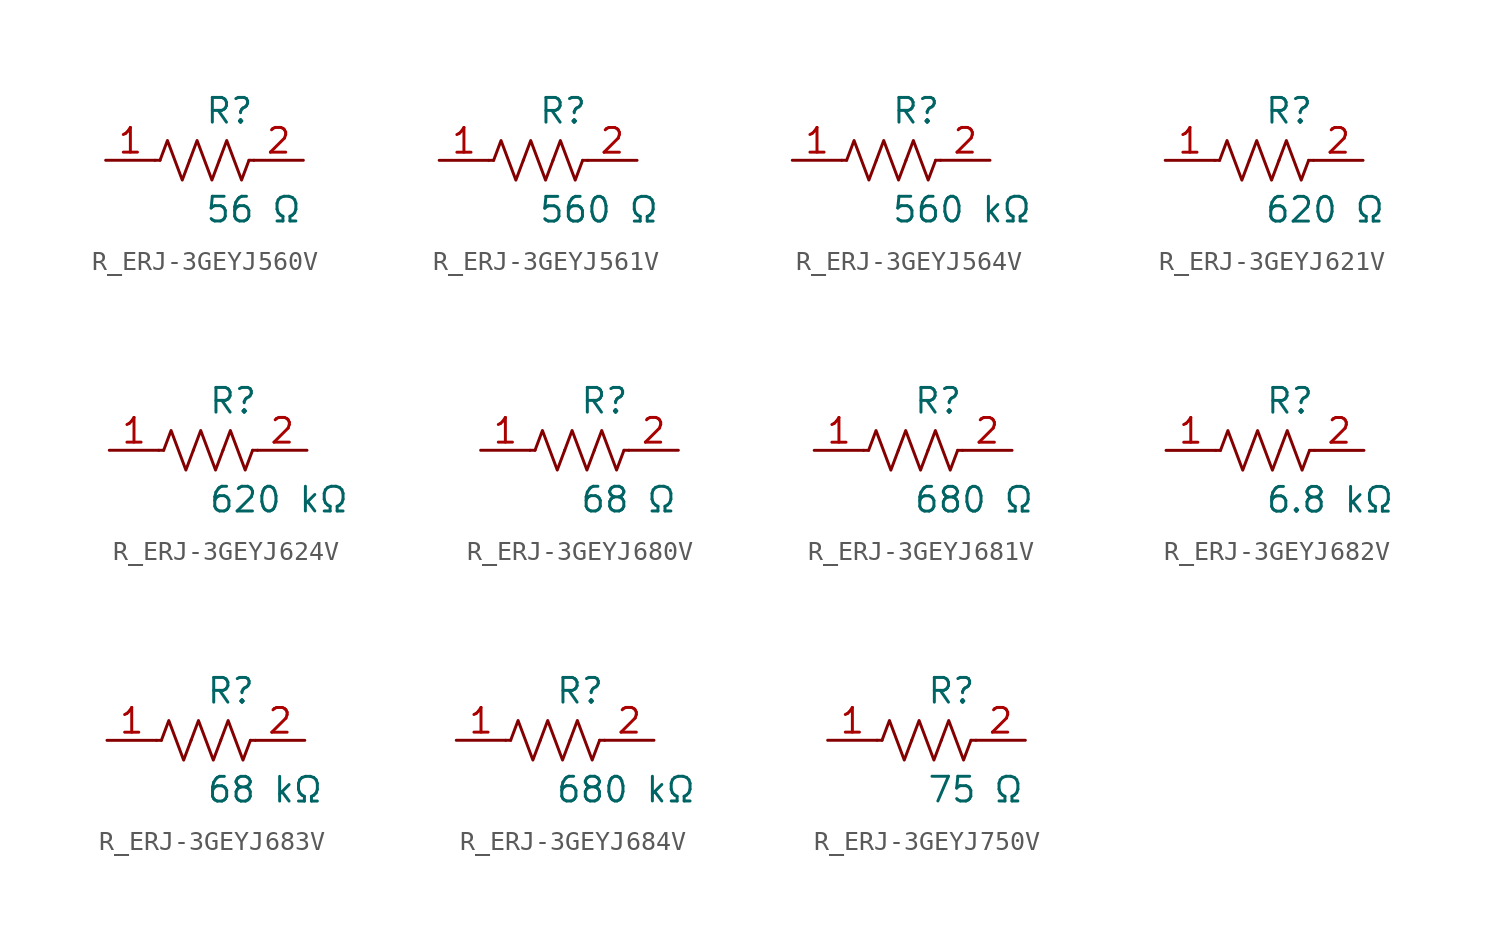
<source format=kicad_sym>
(kicad_symbol_lib
  (version 20231120)
  (generator kicad_symbol_editor)
  (generator_version 8.0)
  (symbol "R_ERJ-3GEYJ560V"
    (pin_names
      (offset 0.254))
    (property "Reference" "R"
      (at 0.0 2.54 0)
      (effects (font (size 1.27 1.27)) (justify left)))
    (property "Value" "56 Ω"
      (at 0.0 -2.54 0)
      (effects (font (size 1.27 1.27)) (justify left)))
    (symbol "R_ERJ-3GEYJ560V_0_1"
      (polyline (pts (xy 2.286 0) (xy 2.54 0)) (stroke (width 0) (type default)) (fill (type none)))
      (polyline (pts (xy -2.286 0) (xy -2.54 0)) (stroke (width 0) (type default)) (fill (type none)))
      (polyline (pts (xy 0.762 0) (xy 1.143 1.016) (xy 1.524 0) (xy 1.905 -1.016) (xy 2.286 0)) (stroke (width 0) (type default)) (fill (type none)))
      (polyline (pts (xy -0.762 0) (xy -0.381 1.016) (xy 0 0) (xy 0.381 -1.016) (xy 0.762 0)) (stroke (width 0) (type default)) (fill (type none)))
      (polyline (pts (xy -2.286 0) (xy -1.905 1.016) (xy -1.524 0) (xy -1.143 -1.016) (xy -0.762 0)) (stroke (width 0) (type default)) (fill (type none))))
    (pin unspecified line
      (at -5.08 0 0)
      (length 2.54)
      (name "" (effects (font (size 1.27 1.27))))
      (number "1" (effects (font (size 1.27 1.27)))))
    (pin unspecified line
      (at 5.08 0 180)
      (length 2.54)
      (name "" (effects (font (size 1.27 1.27))))
      (number "2" (effects (font (size 1.27 1.27))))))
  (symbol "R_ERJ-3GEYJ561V"
    (pin_names
      (offset 0.254))
    (property "Reference" "R"
      (at 0.0 2.54 0)
      (effects (font (size 1.27 1.27)) (justify left)))
    (property "Value" "560 Ω"
      (at 0.0 -2.54 0)
      (effects (font (size 1.27 1.27)) (justify left)))
    (symbol "R_ERJ-3GEYJ561V_0_1"
      (polyline (pts (xy 2.286 0) (xy 2.54 0)) (stroke (width 0) (type default)) (fill (type none)))
      (polyline (pts (xy -2.286 0) (xy -2.54 0)) (stroke (width 0) (type default)) (fill (type none)))
      (polyline (pts (xy 0.762 0) (xy 1.143 1.016) (xy 1.524 0) (xy 1.905 -1.016) (xy 2.286 0)) (stroke (width 0) (type default)) (fill (type none)))
      (polyline (pts (xy -0.762 0) (xy -0.381 1.016) (xy 0 0) (xy 0.381 -1.016) (xy 0.762 0)) (stroke (width 0) (type default)) (fill (type none)))
      (polyline (pts (xy -2.286 0) (xy -1.905 1.016) (xy -1.524 0) (xy -1.143 -1.016) (xy -0.762 0)) (stroke (width 0) (type default)) (fill (type none))))
    (pin unspecified line
      (at -5.08 0 0)
      (length 2.54)
      (name "" (effects (font (size 1.27 1.27))))
      (number "1" (effects (font (size 1.27 1.27)))))
    (pin unspecified line
      (at 5.08 0 180)
      (length 2.54)
      (name "" (effects (font (size 1.27 1.27))))
      (number "2" (effects (font (size 1.27 1.27))))))
  (symbol "R_ERJ-3GEYJ564V"
    (pin_names
      (offset 0.254))
    (property "Reference" "R"
      (at 0.0 2.54 0)
      (effects (font (size 1.27 1.27)) (justify left)))
    (property "Value" "560 kΩ"
      (at 0.0 -2.54 0)
      (effects (font (size 1.27 1.27)) (justify left)))
    (symbol "R_ERJ-3GEYJ564V_0_1"
      (polyline (pts (xy 2.286 0) (xy 2.54 0)) (stroke (width 0) (type default)) (fill (type none)))
      (polyline (pts (xy -2.286 0) (xy -2.54 0)) (stroke (width 0) (type default)) (fill (type none)))
      (polyline (pts (xy 0.762 0) (xy 1.143 1.016) (xy 1.524 0) (xy 1.905 -1.016) (xy 2.286 0)) (stroke (width 0) (type default)) (fill (type none)))
      (polyline (pts (xy -0.762 0) (xy -0.381 1.016) (xy 0 0) (xy 0.381 -1.016) (xy 0.762 0)) (stroke (width 0) (type default)) (fill (type none)))
      (polyline (pts (xy -2.286 0) (xy -1.905 1.016) (xy -1.524 0) (xy -1.143 -1.016) (xy -0.762 0)) (stroke (width 0) (type default)) (fill (type none))))
    (pin unspecified line
      (at -5.08 0 0)
      (length 2.54)
      (name "" (effects (font (size 1.27 1.27))))
      (number "1" (effects (font (size 1.27 1.27)))))
    (pin unspecified line
      (at 5.08 0 180)
      (length 2.54)
      (name "" (effects (font (size 1.27 1.27))))
      (number "2" (effects (font (size 1.27 1.27))))))
  (symbol "R_ERJ-3GEYJ621V"
    (pin_names
      (offset 0.254))
    (property "Reference" "R"
      (at 0.0 2.54 0)
      (effects (font (size 1.27 1.27)) (justify left)))
    (property "Value" "620 Ω"
      (at 0.0 -2.54 0)
      (effects (font (size 1.27 1.27)) (justify left)))
    (symbol "R_ERJ-3GEYJ621V_0_1"
      (polyline (pts (xy 2.286 0) (xy 2.54 0)) (stroke (width 0) (type default)) (fill (type none)))
      (polyline (pts (xy -2.286 0) (xy -2.54 0)) (stroke (width 0) (type default)) (fill (type none)))
      (polyline (pts (xy 0.762 0) (xy 1.143 1.016) (xy 1.524 0) (xy 1.905 -1.016) (xy 2.286 0)) (stroke (width 0) (type default)) (fill (type none)))
      (polyline (pts (xy -0.762 0) (xy -0.381 1.016) (xy 0 0) (xy 0.381 -1.016) (xy 0.762 0)) (stroke (width 0) (type default)) (fill (type none)))
      (polyline (pts (xy -2.286 0) (xy -1.905 1.016) (xy -1.524 0) (xy -1.143 -1.016) (xy -0.762 0)) (stroke (width 0) (type default)) (fill (type none))))
    (pin unspecified line
      (at -5.08 0 0)
      (length 2.54)
      (name "" (effects (font (size 1.27 1.27))))
      (number "1" (effects (font (size 1.27 1.27)))))
    (pin unspecified line
      (at 5.08 0 180)
      (length 2.54)
      (name "" (effects (font (size 1.27 1.27))))
      (number "2" (effects (font (size 1.27 1.27))))))
  (symbol "R_ERJ-3GEYJ624V"
    (pin_names
      (offset 0.254))
    (property "Reference" "R"
      (at 0.0 2.54 0)
      (effects (font (size 1.27 1.27)) (justify left)))
    (property "Value" "620 kΩ"
      (at 0.0 -2.54 0)
      (effects (font (size 1.27 1.27)) (justify left)))
    (symbol "R_ERJ-3GEYJ624V_0_1"
      (polyline (pts (xy 2.286 0) (xy 2.54 0)) (stroke (width 0) (type default)) (fill (type none)))
      (polyline (pts (xy -2.286 0) (xy -2.54 0)) (stroke (width 0) (type default)) (fill (type none)))
      (polyline (pts (xy 0.762 0) (xy 1.143 1.016) (xy 1.524 0) (xy 1.905 -1.016) (xy 2.286 0)) (stroke (width 0) (type default)) (fill (type none)))
      (polyline (pts (xy -0.762 0) (xy -0.381 1.016) (xy 0 0) (xy 0.381 -1.016) (xy 0.762 0)) (stroke (width 0) (type default)) (fill (type none)))
      (polyline (pts (xy -2.286 0) (xy -1.905 1.016) (xy -1.524 0) (xy -1.143 -1.016) (xy -0.762 0)) (stroke (width 0) (type default)) (fill (type none))))
    (pin unspecified line
      (at -5.08 0 0)
      (length 2.54)
      (name "" (effects (font (size 1.27 1.27))))
      (number "1" (effects (font (size 1.27 1.27)))))
    (pin unspecified line
      (at 5.08 0 180)
      (length 2.54)
      (name "" (effects (font (size 1.27 1.27))))
      (number "2" (effects (font (size 1.27 1.27))))))
  (symbol "R_ERJ-3GEYJ680V"
    (pin_names
      (offset 0.254))
    (property "Reference" "R"
      (at 0.0 2.54 0)
      (effects (font (size 1.27 1.27)) (justify left)))
    (property "Value" "68 Ω"
      (at 0.0 -2.54 0)
      (effects (font (size 1.27 1.27)) (justify left)))
    (symbol "R_ERJ-3GEYJ680V_0_1"
      (polyline (pts (xy 2.286 0) (xy 2.54 0)) (stroke (width 0) (type default)) (fill (type none)))
      (polyline (pts (xy -2.286 0) (xy -2.54 0)) (stroke (width 0) (type default)) (fill (type none)))
      (polyline (pts (xy 0.762 0) (xy 1.143 1.016) (xy 1.524 0) (xy 1.905 -1.016) (xy 2.286 0)) (stroke (width 0) (type default)) (fill (type none)))
      (polyline (pts (xy -0.762 0) (xy -0.381 1.016) (xy 0 0) (xy 0.381 -1.016) (xy 0.762 0)) (stroke (width 0) (type default)) (fill (type none)))
      (polyline (pts (xy -2.286 0) (xy -1.905 1.016) (xy -1.524 0) (xy -1.143 -1.016) (xy -0.762 0)) (stroke (width 0) (type default)) (fill (type none))))
    (pin unspecified line
      (at -5.08 0 0)
      (length 2.54)
      (name "" (effects (font (size 1.27 1.27))))
      (number "1" (effects (font (size 1.27 1.27)))))
    (pin unspecified line
      (at 5.08 0 180)
      (length 2.54)
      (name "" (effects (font (size 1.27 1.27))))
      (number "2" (effects (font (size 1.27 1.27))))))
  (symbol "R_ERJ-3GEYJ681V"
    (pin_names
      (offset 0.254))
    (property "Reference" "R"
      (at 0.0 2.54 0)
      (effects (font (size 1.27 1.27)) (justify left)))
    (property "Value" "680 Ω"
      (at 0.0 -2.54 0)
      (effects (font (size 1.27 1.27)) (justify left)))
    (symbol "R_ERJ-3GEYJ681V_0_1"
      (polyline (pts (xy 2.286 0) (xy 2.54 0)) (stroke (width 0) (type default)) (fill (type none)))
      (polyline (pts (xy -2.286 0) (xy -2.54 0)) (stroke (width 0) (type default)) (fill (type none)))
      (polyline (pts (xy 0.762 0) (xy 1.143 1.016) (xy 1.524 0) (xy 1.905 -1.016) (xy 2.286 0)) (stroke (width 0) (type default)) (fill (type none)))
      (polyline (pts (xy -0.762 0) (xy -0.381 1.016) (xy 0 0) (xy 0.381 -1.016) (xy 0.762 0)) (stroke (width 0) (type default)) (fill (type none)))
      (polyline (pts (xy -2.286 0) (xy -1.905 1.016) (xy -1.524 0) (xy -1.143 -1.016) (xy -0.762 0)) (stroke (width 0) (type default)) (fill (type none))))
    (pin unspecified line
      (at -5.08 0 0)
      (length 2.54)
      (name "" (effects (font (size 1.27 1.27))))
      (number "1" (effects (font (size 1.27 1.27)))))
    (pin unspecified line
      (at 5.08 0 180)
      (length 2.54)
      (name "" (effects (font (size 1.27 1.27))))
      (number "2" (effects (font (size 1.27 1.27))))))
  (symbol "R_ERJ-3GEYJ682V"
    (pin_names
      (offset 0.254))
    (property "Reference" "R"
      (at 0.0 2.54 0)
      (effects (font (size 1.27 1.27)) (justify left)))
    (property "Value" "6.8 kΩ"
      (at 0.0 -2.54 0)
      (effects (font (size 1.27 1.27)) (justify left)))
    (symbol "R_ERJ-3GEYJ682V_0_1"
      (polyline (pts (xy 2.286 0) (xy 2.54 0)) (stroke (width 0) (type default)) (fill (type none)))
      (polyline (pts (xy -2.286 0) (xy -2.54 0)) (stroke (width 0) (type default)) (fill (type none)))
      (polyline (pts (xy 0.762 0) (xy 1.143 1.016) (xy 1.524 0) (xy 1.905 -1.016) (xy 2.286 0)) (stroke (width 0) (type default)) (fill (type none)))
      (polyline (pts (xy -0.762 0) (xy -0.381 1.016) (xy 0 0) (xy 0.381 -1.016) (xy 0.762 0)) (stroke (width 0) (type default)) (fill (type none)))
      (polyline (pts (xy -2.286 0) (xy -1.905 1.016) (xy -1.524 0) (xy -1.143 -1.016) (xy -0.762 0)) (stroke (width 0) (type default)) (fill (type none))))
    (pin unspecified line
      (at -5.08 0 0)
      (length 2.54)
      (name "" (effects (font (size 1.27 1.27))))
      (number "1" (effects (font (size 1.27 1.27)))))
    (pin unspecified line
      (at 5.08 0 180)
      (length 2.54)
      (name "" (effects (font (size 1.27 1.27))))
      (number "2" (effects (font (size 1.27 1.27))))))
  (symbol "R_ERJ-3GEYJ683V"
    (pin_names
      (offset 0.254))
    (property "Reference" "R"
      (at 0.0 2.54 0)
      (effects (font (size 1.27 1.27)) (justify left)))
    (property "Value" "68 kΩ"
      (at 0.0 -2.54 0)
      (effects (font (size 1.27 1.27)) (justify left)))
    (symbol "R_ERJ-3GEYJ683V_0_1"
      (polyline (pts (xy 2.286 0) (xy 2.54 0)) (stroke (width 0) (type default)) (fill (type none)))
      (polyline (pts (xy -2.286 0) (xy -2.54 0)) (stroke (width 0) (type default)) (fill (type none)))
      (polyline (pts (xy 0.762 0) (xy 1.143 1.016) (xy 1.524 0) (xy 1.905 -1.016) (xy 2.286 0)) (stroke (width 0) (type default)) (fill (type none)))
      (polyline (pts (xy -0.762 0) (xy -0.381 1.016) (xy 0 0) (xy 0.381 -1.016) (xy 0.762 0)) (stroke (width 0) (type default)) (fill (type none)))
      (polyline (pts (xy -2.286 0) (xy -1.905 1.016) (xy -1.524 0) (xy -1.143 -1.016) (xy -0.762 0)) (stroke (width 0) (type default)) (fill (type none))))
    (pin unspecified line
      (at -5.08 0 0)
      (length 2.54)
      (name "" (effects (font (size 1.27 1.27))))
      (number "1" (effects (font (size 1.27 1.27)))))
    (pin unspecified line
      (at 5.08 0 180)
      (length 2.54)
      (name "" (effects (font (size 1.27 1.27))))
      (number "2" (effects (font (size 1.27 1.27))))))
  (symbol "R_ERJ-3GEYJ684V"
    (pin_names
      (offset 0.254))
    (property "Reference" "R"
      (at 0.0 2.54 0)
      (effects (font (size 1.27 1.27)) (justify left)))
    (property "Value" "680 kΩ"
      (at 0.0 -2.54 0)
      (effects (font (size 1.27 1.27)) (justify left)))
    (symbol "R_ERJ-3GEYJ684V_0_1"
      (polyline (pts (xy 2.286 0) (xy 2.54 0)) (stroke (width 0) (type default)) (fill (type none)))
      (polyline (pts (xy -2.286 0) (xy -2.54 0)) (stroke (width 0) (type default)) (fill (type none)))
      (polyline (pts (xy 0.762 0) (xy 1.143 1.016) (xy 1.524 0) (xy 1.905 -1.016) (xy 2.286 0)) (stroke (width 0) (type default)) (fill (type none)))
      (polyline (pts (xy -0.762 0) (xy -0.381 1.016) (xy 0 0) (xy 0.381 -1.016) (xy 0.762 0)) (stroke (width 0) (type default)) (fill (type none)))
      (polyline (pts (xy -2.286 0) (xy -1.905 1.016) (xy -1.524 0) (xy -1.143 -1.016) (xy -0.762 0)) (stroke (width 0) (type default)) (fill (type none))))
    (pin unspecified line
      (at -5.08 0 0)
      (length 2.54)
      (name "" (effects (font (size 1.27 1.27))))
      (number "1" (effects (font (size 1.27 1.27)))))
    (pin unspecified line
      (at 5.08 0 180)
      (length 2.54)
      (name "" (effects (font (size 1.27 1.27))))
      (number "2" (effects (font (size 1.27 1.27))))))
  (symbol "R_ERJ-3GEYJ750V"
    (pin_names
      (offset 0.254))
    (property "Reference" "R"
      (at 0.0 2.54 0)
      (effects (font (size 1.27 1.27)) (justify left)))
    (property "Value" "75 Ω"
      (at 0.0 -2.54 0)
      (effects (font (size 1.27 1.27)) (justify left)))
    (symbol "R_ERJ-3GEYJ750V_0_1"
      (polyline (pts (xy 2.286 0) (xy 2.54 0)) (stroke (width 0) (type default)) (fill (type none)))
      (polyline (pts (xy -2.286 0) (xy -2.54 0)) (stroke (width 0) (type default)) (fill (type none)))
      (polyline (pts (xy 0.762 0) (xy 1.143 1.016) (xy 1.524 0) (xy 1.905 -1.016) (xy 2.286 0)) (stroke (width 0) (type default)) (fill (type none)))
      (polyline (pts (xy -0.762 0) (xy -0.381 1.016) (xy 0 0) (xy 0.381 -1.016) (xy 0.762 0)) (stroke (width 0) (type default)) (fill (type none)))
      (polyline (pts (xy -2.286 0) (xy -1.905 1.016) (xy -1.524 0) (xy -1.143 -1.016) (xy -0.762 0)) (stroke (width 0) (type default)) (fill (type none))))
    (pin unspecified line
      (at -5.08 0 0)
      (length 2.54)
      (name "" (effects (font (size 1.27 1.27))))
      (number "1" (effects (font (size 1.27 1.27)))))
    (pin unspecified line
      (at 5.08 0 180)
      (length 2.54)
      (name "" (effects (font (size 1.27 1.27))))
      (number "2" (effects (font (size 1.27 1.27)))))))
</source>
